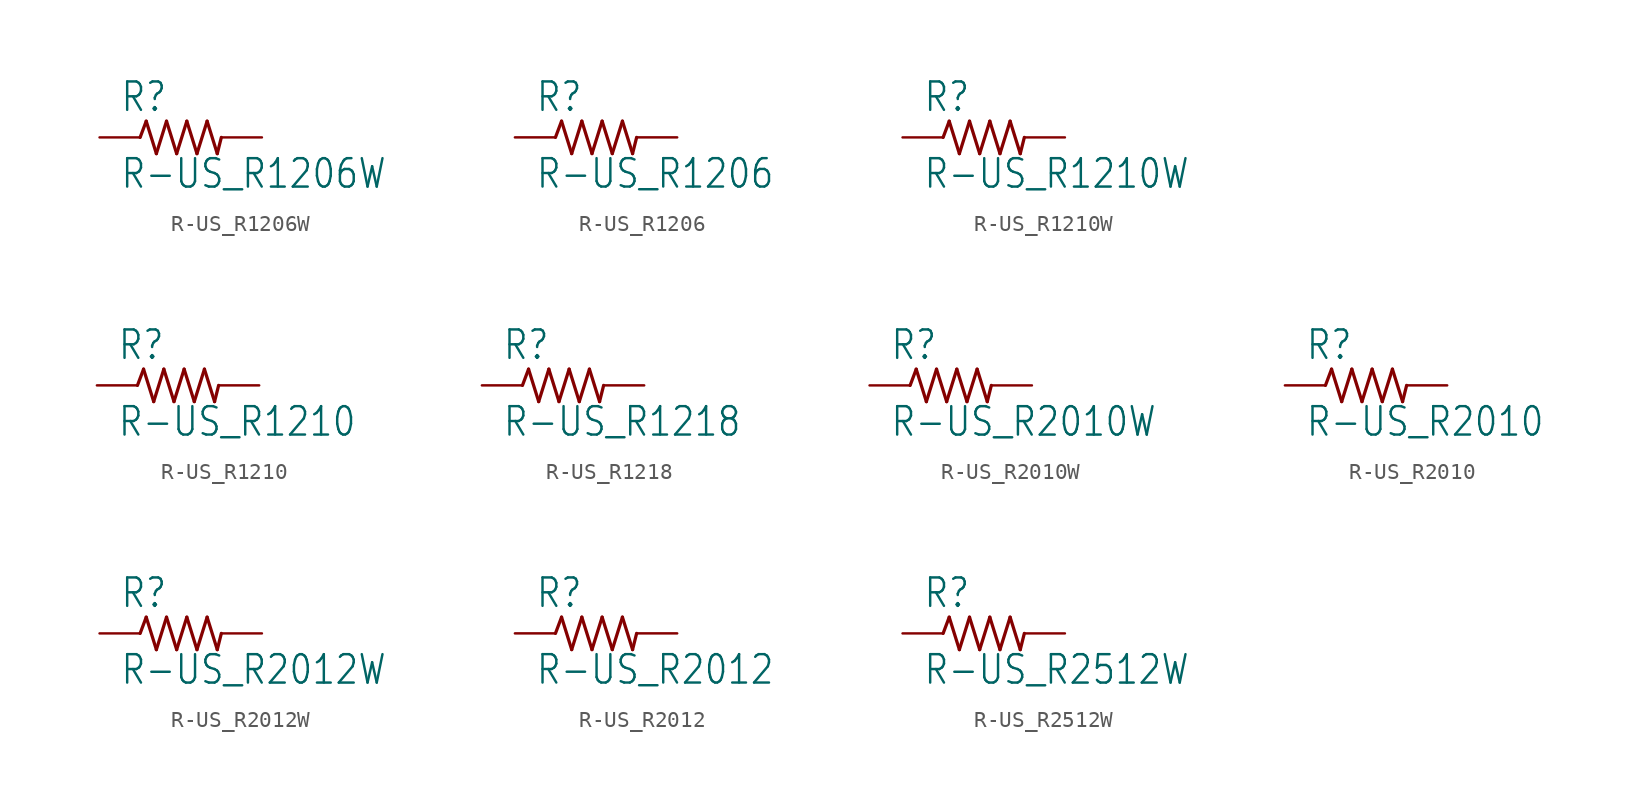
<source format=kicad_sym>
(kicad_symbol_lib
  (version 20201005)
  (generator kicad_symbol_editor)
  (symbol "R-US_R1206W"
    (property "Reference" "R"
      (at -3.81 1.499 0)
      (effects (font (size 1.778 1.511)) (justify left bottom)))
    (property "Value" "R-US_R1206W"
      (at -3.81 -3.302 0)
      (effects (font (size 1.778 1.511)) (justify left bottom)))
    (property "ki_locked" ""
      (at 0 0 0)
      (effects (font (size 1.27 1.27))))
    (symbol "R-US_R1206W_1_0"
      (polyline (pts (xy -2.54 0) (xy -2.159 1.016)) (stroke (width 0.203)) (fill (type none)))
      (polyline (pts (xy -2.159 1.016) (xy -1.524 -1.016)) (stroke (width 0.203)) (fill (type none)))
      (polyline (pts (xy -1.524 -1.016) (xy -0.889 1.016)) (stroke (width 0.203)) (fill (type none)))
      (polyline (pts (xy -0.889 1.016) (xy -0.254 -1.016)) (stroke (width 0.203)) (fill (type none)))
      (polyline (pts (xy -0.254 -1.016) (xy 0.381 1.016)) (stroke (width 0.203)) (fill (type none)))
      (polyline (pts (xy 0.381 1.016) (xy 1.016 -1.016)) (stroke (width 0.203)) (fill (type none)))
      (polyline (pts (xy 1.016 -1.016) (xy 1.651 1.016)) (stroke (width 0.203)) (fill (type none)))
      (polyline (pts (xy 1.651 1.016) (xy 2.286 -1.016)) (stroke (width 0.203)) (fill (type none)))
      (polyline (pts (xy 2.286 -1.016) (xy 2.54 0)) (stroke (width 0.203)) (fill (type none)))
      (pin passive line (at 5.08 0 180) (length 2.54) (name "2" (effects (font (size 0 0)))) (number "2" (effects (font (size 0 0)))))
      (pin passive line (at -5.08 0 0) (length 2.54) (name "1" (effects (font (size 0 0)))) (number "1" (effects (font (size 0 0)))))))
  (symbol "R-US_R1206"
    (property "Reference" "R"
      (at -3.81 1.499 0)
      (effects (font (size 1.778 1.511)) (justify left bottom)))
    (property "Value" "R-US_R1206"
      (at -3.81 -3.302 0)
      (effects (font (size 1.778 1.511)) (justify left bottom)))
    (property "ki_locked" ""
      (at 0 0 0)
      (effects (font (size 1.27 1.27))))
    (symbol "R-US_R1206_1_0"
      (polyline (pts (xy -2.54 0) (xy -2.159 1.016)) (stroke (width 0.203)) (fill (type none)))
      (polyline (pts (xy -2.159 1.016) (xy -1.524 -1.016)) (stroke (width 0.203)) (fill (type none)))
      (polyline (pts (xy -1.524 -1.016) (xy -0.889 1.016)) (stroke (width 0.203)) (fill (type none)))
      (polyline (pts (xy -0.889 1.016) (xy -0.254 -1.016)) (stroke (width 0.203)) (fill (type none)))
      (polyline (pts (xy -0.254 -1.016) (xy 0.381 1.016)) (stroke (width 0.203)) (fill (type none)))
      (polyline (pts (xy 0.381 1.016) (xy 1.016 -1.016)) (stroke (width 0.203)) (fill (type none)))
      (polyline (pts (xy 1.016 -1.016) (xy 1.651 1.016)) (stroke (width 0.203)) (fill (type none)))
      (polyline (pts (xy 1.651 1.016) (xy 2.286 -1.016)) (stroke (width 0.203)) (fill (type none)))
      (polyline (pts (xy 2.286 -1.016) (xy 2.54 0)) (stroke (width 0.203)) (fill (type none)))
      (pin passive line (at 5.08 0 180) (length 2.54) (name "2" (effects (font (size 0 0)))) (number "2" (effects (font (size 0 0)))))
      (pin passive line (at -5.08 0 0) (length 2.54) (name "1" (effects (font (size 0 0)))) (number "1" (effects (font (size 0 0)))))))
  (symbol "R-US_R1210W"
    (property "Reference" "R"
      (at -3.81 1.499 0)
      (effects (font (size 1.778 1.511)) (justify left bottom)))
    (property "Value" "R-US_R1210W"
      (at -3.81 -3.302 0)
      (effects (font (size 1.778 1.511)) (justify left bottom)))
    (property "ki_locked" ""
      (at 0 0 0)
      (effects (font (size 1.27 1.27))))
    (symbol "R-US_R1210W_1_0"
      (polyline (pts (xy -2.54 0) (xy -2.159 1.016)) (stroke (width 0.203)) (fill (type none)))
      (polyline (pts (xy -2.159 1.016) (xy -1.524 -1.016)) (stroke (width 0.203)) (fill (type none)))
      (polyline (pts (xy -1.524 -1.016) (xy -0.889 1.016)) (stroke (width 0.203)) (fill (type none)))
      (polyline (pts (xy -0.889 1.016) (xy -0.254 -1.016)) (stroke (width 0.203)) (fill (type none)))
      (polyline (pts (xy -0.254 -1.016) (xy 0.381 1.016)) (stroke (width 0.203)) (fill (type none)))
      (polyline (pts (xy 0.381 1.016) (xy 1.016 -1.016)) (stroke (width 0.203)) (fill (type none)))
      (polyline (pts (xy 1.016 -1.016) (xy 1.651 1.016)) (stroke (width 0.203)) (fill (type none)))
      (polyline (pts (xy 1.651 1.016) (xy 2.286 -1.016)) (stroke (width 0.203)) (fill (type none)))
      (polyline (pts (xy 2.286 -1.016) (xy 2.54 0)) (stroke (width 0.203)) (fill (type none)))
      (pin passive line (at 5.08 0 180) (length 2.54) (name "2" (effects (font (size 0 0)))) (number "2" (effects (font (size 0 0)))))
      (pin passive line (at -5.08 0 0) (length 2.54) (name "1" (effects (font (size 0 0)))) (number "1" (effects (font (size 0 0)))))))
  (symbol "R-US_R1210"
    (property "Reference" "R"
      (at -3.81 1.499 0)
      (effects (font (size 1.778 1.511)) (justify left bottom)))
    (property "Value" "R-US_R1210"
      (at -3.81 -3.302 0)
      (effects (font (size 1.778 1.511)) (justify left bottom)))
    (property "ki_locked" ""
      (at 0 0 0)
      (effects (font (size 1.27 1.27))))
    (symbol "R-US_R1210_1_0"
      (polyline (pts (xy -2.54 0) (xy -2.159 1.016)) (stroke (width 0.203)) (fill (type none)))
      (polyline (pts (xy -2.159 1.016) (xy -1.524 -1.016)) (stroke (width 0.203)) (fill (type none)))
      (polyline (pts (xy -1.524 -1.016) (xy -0.889 1.016)) (stroke (width 0.203)) (fill (type none)))
      (polyline (pts (xy -0.889 1.016) (xy -0.254 -1.016)) (stroke (width 0.203)) (fill (type none)))
      (polyline (pts (xy -0.254 -1.016) (xy 0.381 1.016)) (stroke (width 0.203)) (fill (type none)))
      (polyline (pts (xy 0.381 1.016) (xy 1.016 -1.016)) (stroke (width 0.203)) (fill (type none)))
      (polyline (pts (xy 1.016 -1.016) (xy 1.651 1.016)) (stroke (width 0.203)) (fill (type none)))
      (polyline (pts (xy 1.651 1.016) (xy 2.286 -1.016)) (stroke (width 0.203)) (fill (type none)))
      (polyline (pts (xy 2.286 -1.016) (xy 2.54 0)) (stroke (width 0.203)) (fill (type none)))
      (pin passive line (at 5.08 0 180) (length 2.54) (name "2" (effects (font (size 0 0)))) (number "2" (effects (font (size 0 0)))))
      (pin passive line (at -5.08 0 0) (length 2.54) (name "1" (effects (font (size 0 0)))) (number "1" (effects (font (size 0 0)))))))
  (symbol "R-US_R1218"
    (property "Reference" "R"
      (at -3.81 1.499 0)
      (effects (font (size 1.778 1.511)) (justify left bottom)))
    (property "Value" "R-US_R1218"
      (at -3.81 -3.302 0)
      (effects (font (size 1.778 1.511)) (justify left bottom)))
    (property "ki_locked" ""
      (at 0 0 0)
      (effects (font (size 1.27 1.27))))
    (symbol "R-US_R1218_1_0"
      (polyline (pts (xy -2.54 0) (xy -2.159 1.016)) (stroke (width 0.203)) (fill (type none)))
      (polyline (pts (xy -2.159 1.016) (xy -1.524 -1.016)) (stroke (width 0.203)) (fill (type none)))
      (polyline (pts (xy -1.524 -1.016) (xy -0.889 1.016)) (stroke (width 0.203)) (fill (type none)))
      (polyline (pts (xy -0.889 1.016) (xy -0.254 -1.016)) (stroke (width 0.203)) (fill (type none)))
      (polyline (pts (xy -0.254 -1.016) (xy 0.381 1.016)) (stroke (width 0.203)) (fill (type none)))
      (polyline (pts (xy 0.381 1.016) (xy 1.016 -1.016)) (stroke (width 0.203)) (fill (type none)))
      (polyline (pts (xy 1.016 -1.016) (xy 1.651 1.016)) (stroke (width 0.203)) (fill (type none)))
      (polyline (pts (xy 1.651 1.016) (xy 2.286 -1.016)) (stroke (width 0.203)) (fill (type none)))
      (polyline (pts (xy 2.286 -1.016) (xy 2.54 0)) (stroke (width 0.203)) (fill (type none)))
      (pin passive line (at 5.08 0 180) (length 2.54) (name "2" (effects (font (size 0 0)))) (number "2" (effects (font (size 0 0)))))
      (pin passive line (at -5.08 0 0) (length 2.54) (name "1" (effects (font (size 0 0)))) (number "1" (effects (font (size 0 0)))))))
  (symbol "R-US_R2010W"
    (property "Reference" "R"
      (at -3.81 1.499 0)
      (effects (font (size 1.778 1.511)) (justify left bottom)))
    (property "Value" "R-US_R2010W"
      (at -3.81 -3.302 0)
      (effects (font (size 1.778 1.511)) (justify left bottom)))
    (property "ki_locked" ""
      (at 0 0 0)
      (effects (font (size 1.27 1.27))))
    (symbol "R-US_R2010W_1_0"
      (polyline (pts (xy -2.54 0) (xy -2.159 1.016)) (stroke (width 0.203)) (fill (type none)))
      (polyline (pts (xy -2.159 1.016) (xy -1.524 -1.016)) (stroke (width 0.203)) (fill (type none)))
      (polyline (pts (xy -1.524 -1.016) (xy -0.889 1.016)) (stroke (width 0.203)) (fill (type none)))
      (polyline (pts (xy -0.889 1.016) (xy -0.254 -1.016)) (stroke (width 0.203)) (fill (type none)))
      (polyline (pts (xy -0.254 -1.016) (xy 0.381 1.016)) (stroke (width 0.203)) (fill (type none)))
      (polyline (pts (xy 0.381 1.016) (xy 1.016 -1.016)) (stroke (width 0.203)) (fill (type none)))
      (polyline (pts (xy 1.016 -1.016) (xy 1.651 1.016)) (stroke (width 0.203)) (fill (type none)))
      (polyline (pts (xy 1.651 1.016) (xy 2.286 -1.016)) (stroke (width 0.203)) (fill (type none)))
      (polyline (pts (xy 2.286 -1.016) (xy 2.54 0)) (stroke (width 0.203)) (fill (type none)))
      (pin passive line (at 5.08 0 180) (length 2.54) (name "2" (effects (font (size 0 0)))) (number "2" (effects (font (size 0 0)))))
      (pin passive line (at -5.08 0 0) (length 2.54) (name "1" (effects (font (size 0 0)))) (number "1" (effects (font (size 0 0)))))))
  (symbol "R-US_R2010"
    (property "Reference" "R"
      (at -3.81 1.499 0)
      (effects (font (size 1.778 1.511)) (justify left bottom)))
    (property "Value" "R-US_R2010"
      (at -3.81 -3.302 0)
      (effects (font (size 1.778 1.511)) (justify left bottom)))
    (property "ki_locked" ""
      (at 0 0 0)
      (effects (font (size 1.27 1.27))))
    (symbol "R-US_R2010_1_0"
      (polyline (pts (xy -2.54 0) (xy -2.159 1.016)) (stroke (width 0.203)) (fill (type none)))
      (polyline (pts (xy -2.159 1.016) (xy -1.524 -1.016)) (stroke (width 0.203)) (fill (type none)))
      (polyline (pts (xy -1.524 -1.016) (xy -0.889 1.016)) (stroke (width 0.203)) (fill (type none)))
      (polyline (pts (xy -0.889 1.016) (xy -0.254 -1.016)) (stroke (width 0.203)) (fill (type none)))
      (polyline (pts (xy -0.254 -1.016) (xy 0.381 1.016)) (stroke (width 0.203)) (fill (type none)))
      (polyline (pts (xy 0.381 1.016) (xy 1.016 -1.016)) (stroke (width 0.203)) (fill (type none)))
      (polyline (pts (xy 1.016 -1.016) (xy 1.651 1.016)) (stroke (width 0.203)) (fill (type none)))
      (polyline (pts (xy 1.651 1.016) (xy 2.286 -1.016)) (stroke (width 0.203)) (fill (type none)))
      (polyline (pts (xy 2.286 -1.016) (xy 2.54 0)) (stroke (width 0.203)) (fill (type none)))
      (pin passive line (at 5.08 0 180) (length 2.54) (name "2" (effects (font (size 0 0)))) (number "2" (effects (font (size 0 0)))))
      (pin passive line (at -5.08 0 0) (length 2.54) (name "1" (effects (font (size 0 0)))) (number "1" (effects (font (size 0 0)))))))
  (symbol "R-US_R2012W"
    (property "Reference" "R"
      (at -3.81 1.499 0)
      (effects (font (size 1.778 1.511)) (justify left bottom)))
    (property "Value" "R-US_R2012W"
      (at -3.81 -3.302 0)
      (effects (font (size 1.778 1.511)) (justify left bottom)))
    (property "ki_locked" ""
      (at 0 0 0)
      (effects (font (size 1.27 1.27))))
    (symbol "R-US_R2012W_1_0"
      (polyline (pts (xy -2.54 0) (xy -2.159 1.016)) (stroke (width 0.203)) (fill (type none)))
      (polyline (pts (xy -2.159 1.016) (xy -1.524 -1.016)) (stroke (width 0.203)) (fill (type none)))
      (polyline (pts (xy -1.524 -1.016) (xy -0.889 1.016)) (stroke (width 0.203)) (fill (type none)))
      (polyline (pts (xy -0.889 1.016) (xy -0.254 -1.016)) (stroke (width 0.203)) (fill (type none)))
      (polyline (pts (xy -0.254 -1.016) (xy 0.381 1.016)) (stroke (width 0.203)) (fill (type none)))
      (polyline (pts (xy 0.381 1.016) (xy 1.016 -1.016)) (stroke (width 0.203)) (fill (type none)))
      (polyline (pts (xy 1.016 -1.016) (xy 1.651 1.016)) (stroke (width 0.203)) (fill (type none)))
      (polyline (pts (xy 1.651 1.016) (xy 2.286 -1.016)) (stroke (width 0.203)) (fill (type none)))
      (polyline (pts (xy 2.286 -1.016) (xy 2.54 0)) (stroke (width 0.203)) (fill (type none)))
      (pin passive line (at 5.08 0 180) (length 2.54) (name "2" (effects (font (size 0 0)))) (number "2" (effects (font (size 0 0)))))
      (pin passive line (at -5.08 0 0) (length 2.54) (name "1" (effects (font (size 0 0)))) (number "1" (effects (font (size 0 0)))))))
  (symbol "R-US_R2012"
    (property "Reference" "R"
      (at -3.81 1.499 0)
      (effects (font (size 1.778 1.511)) (justify left bottom)))
    (property "Value" "R-US_R2012"
      (at -3.81 -3.302 0)
      (effects (font (size 1.778 1.511)) (justify left bottom)))
    (property "ki_locked" ""
      (at 0 0 0)
      (effects (font (size 1.27 1.27))))
    (symbol "R-US_R2012_1_0"
      (polyline (pts (xy -2.54 0) (xy -2.159 1.016)) (stroke (width 0.203)) (fill (type none)))
      (polyline (pts (xy -2.159 1.016) (xy -1.524 -1.016)) (stroke (width 0.203)) (fill (type none)))
      (polyline (pts (xy -1.524 -1.016) (xy -0.889 1.016)) (stroke (width 0.203)) (fill (type none)))
      (polyline (pts (xy -0.889 1.016) (xy -0.254 -1.016)) (stroke (width 0.203)) (fill (type none)))
      (polyline (pts (xy -0.254 -1.016) (xy 0.381 1.016)) (stroke (width 0.203)) (fill (type none)))
      (polyline (pts (xy 0.381 1.016) (xy 1.016 -1.016)) (stroke (width 0.203)) (fill (type none)))
      (polyline (pts (xy 1.016 -1.016) (xy 1.651 1.016)) (stroke (width 0.203)) (fill (type none)))
      (polyline (pts (xy 1.651 1.016) (xy 2.286 -1.016)) (stroke (width 0.203)) (fill (type none)))
      (polyline (pts (xy 2.286 -1.016) (xy 2.54 0)) (stroke (width 0.203)) (fill (type none)))
      (pin passive line (at 5.08 0 180) (length 2.54) (name "2" (effects (font (size 0 0)))) (number "2" (effects (font (size 0 0)))))
      (pin passive line (at -5.08 0 0) (length 2.54) (name "1" (effects (font (size 0 0)))) (number "1" (effects (font (size 0 0)))))))
  (symbol "R-US_R2512W"
    (property "Reference" "R"
      (at -3.81 1.499 0)
      (effects (font (size 1.778 1.511)) (justify left bottom)))
    (property "Value" "R-US_R2512W"
      (at -3.81 -3.302 0)
      (effects (font (size 1.778 1.511)) (justify left bottom)))
    (property "ki_locked" ""
      (at 0 0 0)
      (effects (font (size 1.27 1.27))))
    (symbol "R-US_R2512W_1_0"
      (polyline (pts (xy -2.54 0) (xy -2.159 1.016)) (stroke (width 0.203)) (fill (type none)))
      (polyline (pts (xy -2.159 1.016) (xy -1.524 -1.016)) (stroke (width 0.203)) (fill (type none)))
      (polyline (pts (xy -1.524 -1.016) (xy -0.889 1.016)) (stroke (width 0.203)) (fill (type none)))
      (polyline (pts (xy -0.889 1.016) (xy -0.254 -1.016)) (stroke (width 0.203)) (fill (type none)))
      (polyline (pts (xy -0.254 -1.016) (xy 0.381 1.016)) (stroke (width 0.203)) (fill (type none)))
      (polyline (pts (xy 0.381 1.016) (xy 1.016 -1.016)) (stroke (width 0.203)) (fill (type none)))
      (polyline (pts (xy 1.016 -1.016) (xy 1.651 1.016)) (stroke (width 0.203)) (fill (type none)))
      (polyline (pts (xy 1.651 1.016) (xy 2.286 -1.016)) (stroke (width 0.203)) (fill (type none)))
      (polyline (pts (xy 2.286 -1.016) (xy 2.54 0)) (stroke (width 0.203)) (fill (type none)))
      (pin passive line (at 5.08 0 180) (length 2.54) (name "2" (effects (font (size 0 0)))) (number "2" (effects (font (size 0 0)))))
      (pin passive line (at -5.08 0 0) (length 2.54) (name "1" (effects (font (size 0 0)))) (number "1" (effects (font (size 0 0))))))))
</source>
